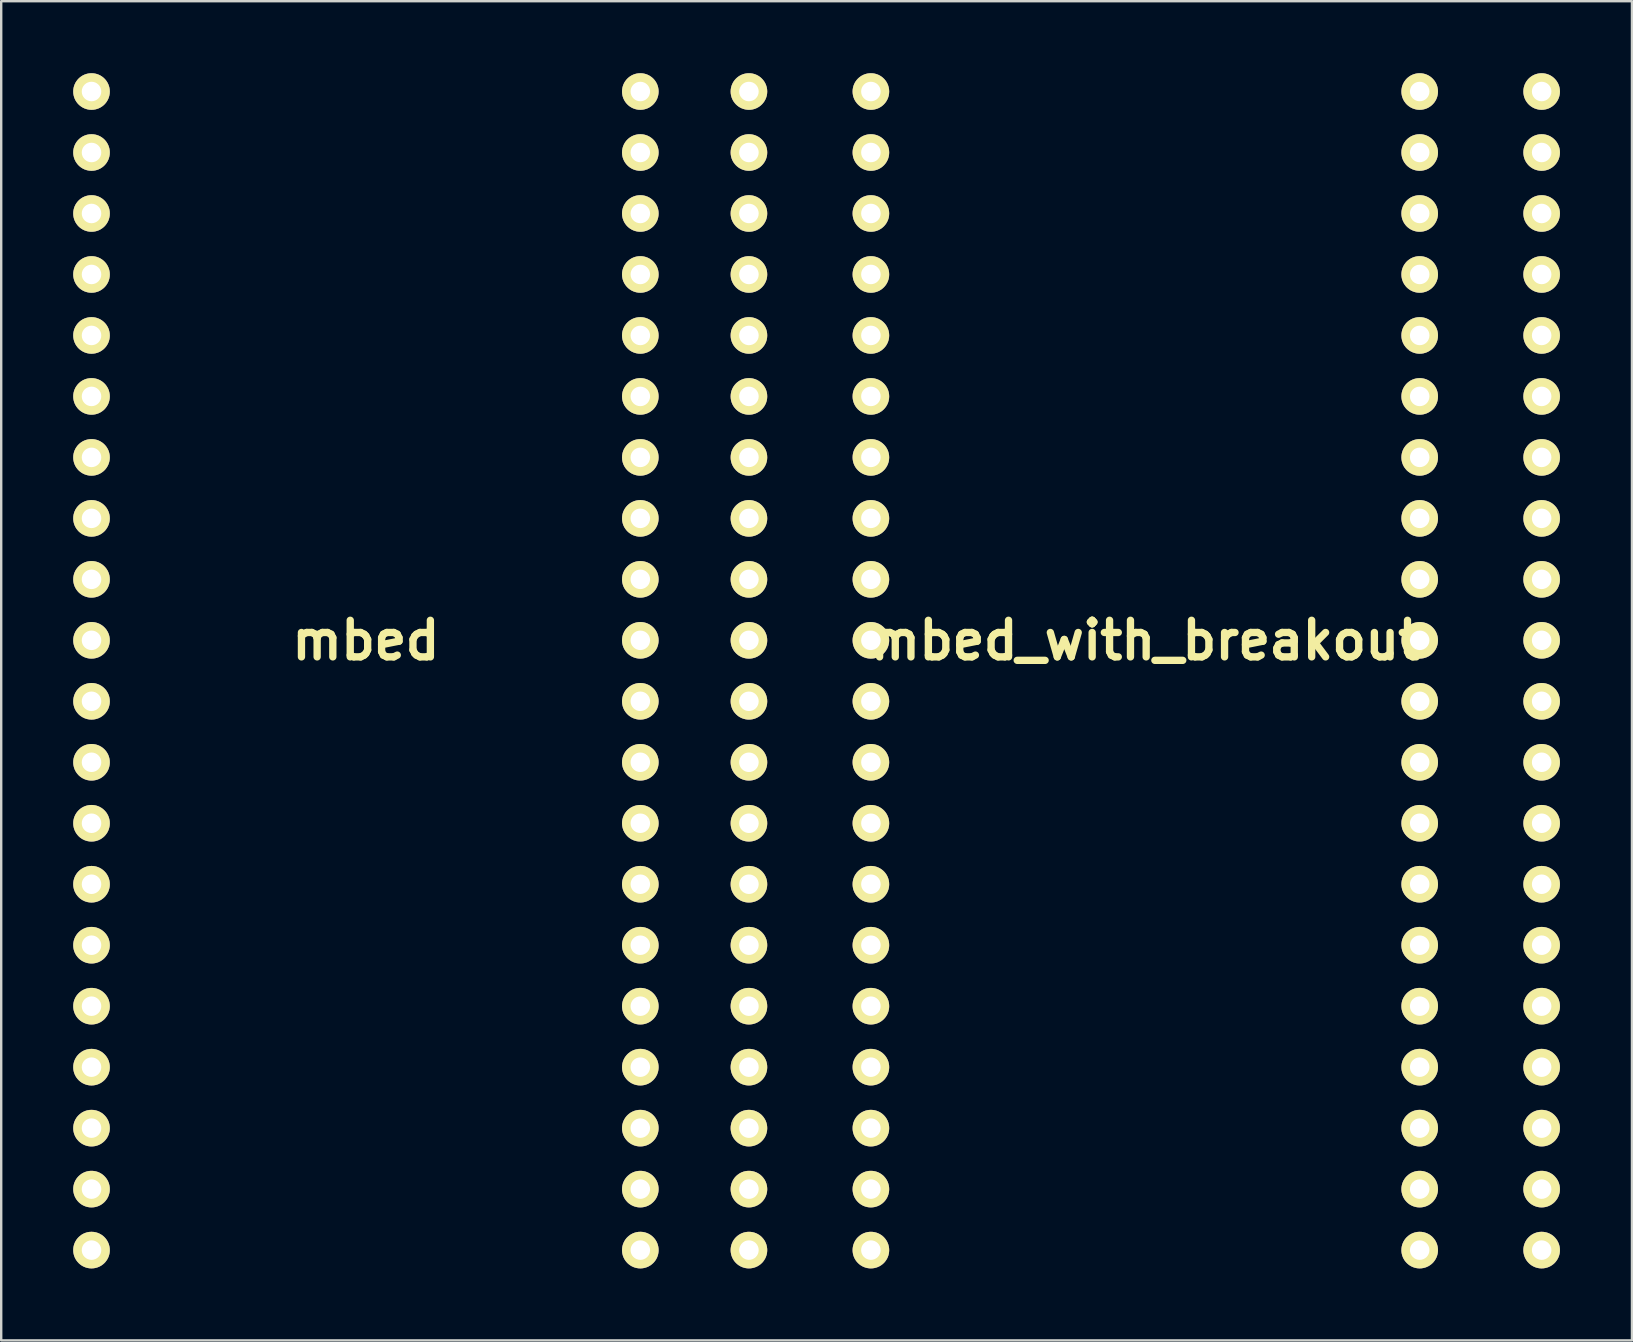
<source format=kicad_pcb>
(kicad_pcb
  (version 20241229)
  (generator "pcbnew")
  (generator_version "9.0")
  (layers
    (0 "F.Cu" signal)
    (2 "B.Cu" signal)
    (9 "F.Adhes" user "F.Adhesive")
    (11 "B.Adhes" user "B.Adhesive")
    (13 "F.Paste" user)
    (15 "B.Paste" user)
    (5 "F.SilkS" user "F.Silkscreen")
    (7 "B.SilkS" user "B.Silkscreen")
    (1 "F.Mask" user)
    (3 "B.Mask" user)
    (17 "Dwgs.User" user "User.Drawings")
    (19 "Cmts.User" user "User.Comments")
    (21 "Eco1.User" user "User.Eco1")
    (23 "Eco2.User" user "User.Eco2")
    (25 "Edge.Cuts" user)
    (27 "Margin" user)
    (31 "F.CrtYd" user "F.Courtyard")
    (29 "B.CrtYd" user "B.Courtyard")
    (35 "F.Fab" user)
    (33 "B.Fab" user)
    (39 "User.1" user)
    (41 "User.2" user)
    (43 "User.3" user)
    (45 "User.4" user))
  (footprint "mbed_with_breakout"
    (layer "F.Cu")
    (at 44.656 24.892)
    (property "Reference" "mbed_with_breakout" (at 0 -1.27 0) (layer "F.SilkS") (effects (font (size 1.524 1.524) (thickness 0.305))))
    (attr through_hole)
    (pad "1" thru_hole circle (at -16.51 -24.13) (size 1.524 1.524) (drill 0.813) (layers "*.Cu" "*.Mask" "F.SilkS"))
    (pad "1" thru_hole circle (at -11.43 -24.13) (size 1.524 1.524) (drill 0.813) (layers "*.Cu" "*.Mask" "F.SilkS"))
    (pad "2" thru_hole circle (at -16.51 -21.59) (size 1.524 1.524) (drill 0.813) (layers "*.Cu" "*.Mask" "F.SilkS"))
    (pad "2" thru_hole circle (at -11.43 -21.59) (size 1.524 1.524) (drill 0.813) (layers "*.Cu" "*.Mask" "F.SilkS"))
    (pad "3" thru_hole circle (at -16.51 -19.05) (size 1.524 1.524) (drill 0.813) (layers "*.Cu" "*.Mask" "F.SilkS"))
    (pad "3" thru_hole circle (at -11.43 -19.05) (size 1.524 1.524) (drill 0.813) (layers "*.Cu" "*.Mask" "F.SilkS"))
    (pad "4" thru_hole circle (at -16.51 -16.51) (size 1.524 1.524) (drill 0.813) (layers "*.Cu" "*.Mask" "F.SilkS"))
    (pad "4" thru_hole circle (at -11.43 -16.51) (size 1.524 1.524) (drill 0.813) (layers "*.Cu" "*.Mask" "F.SilkS"))
    (pad "5" thru_hole circle (at -16.51 -13.97) (size 1.524 1.524) (drill 0.813) (layers "*.Cu" "*.Mask" "F.SilkS"))
    (pad "5" thru_hole circle (at -11.43 -13.97) (size 1.524 1.524) (drill 0.813) (layers "*.Cu" "*.Mask" "F.SilkS"))
    (pad "6" thru_hole circle (at -16.51 -11.43) (size 1.524 1.524) (drill 0.813) (layers "*.Cu" "*.Mask" "F.SilkS"))
    (pad "6" thru_hole circle (at -11.43 -11.43) (size 1.524 1.524) (drill 0.813) (layers "*.Cu" "*.Mask" "F.SilkS"))
    (pad "7" thru_hole circle (at -16.51 -8.89) (size 1.524 1.524) (drill 0.813) (layers "*.Cu" "*.Mask" "F.SilkS"))
    (pad "7" thru_hole circle (at -11.43 -8.89) (size 1.524 1.524) (drill 0.813) (layers "*.Cu" "*.Mask" "F.SilkS"))
    (pad "8" thru_hole circle (at -16.51 -6.35) (size 1.524 1.524) (drill 0.813) (layers "*.Cu" "*.Mask" "F.SilkS"))
    (pad "8" thru_hole circle (at -11.43 -6.35) (size 1.524 1.524) (drill 0.813) (layers "*.Cu" "*.Mask" "F.SilkS"))
    (pad "9" thru_hole circle (at -16.51 -3.81) (size 1.524 1.524) (drill 0.813) (layers "*.Cu" "*.Mask" "F.SilkS"))
    (pad "9" thru_hole circle (at -11.43 -3.81) (size 1.524 1.524) (drill 0.813) (layers "*.Cu" "*.Mask" "F.SilkS"))
    (pad "10" thru_hole circle (at -16.51 -1.27) (size 1.524 1.524) (drill 0.813) (layers "*.Cu" "*.Mask" "F.SilkS"))
    (pad "10" thru_hole circle (at -11.43 -1.27) (size 1.524 1.524) (drill 0.813) (layers "*.Cu" "*.Mask" "F.SilkS"))
    (pad "11" thru_hole circle (at -16.51 1.27) (size 1.524 1.524) (drill 0.813) (layers "*.Cu" "*.Mask" "F.SilkS"))
    (pad "11" thru_hole circle (at -11.43 1.27) (size 1.524 1.524) (drill 0.813) (layers "*.Cu" "*.Mask" "F.SilkS"))
    (pad "12" thru_hole circle (at -16.51 3.81) (size 1.524 1.524) (drill 0.813) (layers "*.Cu" "*.Mask" "F.SilkS"))
    (pad "12" thru_hole circle (at -11.43 3.81) (size 1.524 1.524) (drill 0.813) (layers "*.Cu" "*.Mask" "F.SilkS"))
    (pad "13" thru_hole circle (at -16.51 6.35) (size 1.524 1.524) (drill 0.813) (layers "*.Cu" "*.Mask" "F.SilkS"))
    (pad "13" thru_hole circle (at -11.43 6.35) (size 1.524 1.524) (drill 0.813) (layers "*.Cu" "*.Mask" "F.SilkS"))
    (pad "14" thru_hole circle (at -16.51 8.89) (size 1.524 1.524) (drill 0.813) (layers "*.Cu" "*.Mask" "F.SilkS"))
    (pad "14" thru_hole circle (at -11.43 8.89) (size 1.524 1.524) (drill 0.813) (layers "*.Cu" "*.Mask" "F.SilkS"))
    (pad "15" thru_hole circle (at -16.51 11.43) (size 1.524 1.524) (drill 0.813) (layers "*.Cu" "*.Mask" "F.SilkS"))
    (pad "15" thru_hole circle (at -11.43 11.43) (size 1.524 1.524) (drill 0.813) (layers "*.Cu" "*.Mask" "F.SilkS"))
    (pad "16" thru_hole circle (at -16.51 13.97) (size 1.524 1.524) (drill 0.813) (layers "*.Cu" "*.Mask" "F.SilkS"))
    (pad "16" thru_hole circle (at -11.43 13.97) (size 1.524 1.524) (drill 0.813) (layers "*.Cu" "*.Mask" "F.SilkS"))
    (pad "17" thru_hole circle (at -16.51 16.51) (size 1.524 1.524) (drill 0.813) (layers "*.Cu" "*.Mask" "F.SilkS"))
    (pad "17" thru_hole circle (at -11.43 16.51) (size 1.524 1.524) (drill 0.813) (layers "*.Cu" "*.Mask" "F.SilkS"))
    (pad "18" thru_hole circle (at -16.51 19.05) (size 1.524 1.524) (drill 0.813) (layers "*.Cu" "*.Mask" "F.SilkS"))
    (pad "18" thru_hole circle (at -11.43 19.05) (size 1.524 1.524) (drill 0.813) (layers "*.Cu" "*.Mask" "F.SilkS"))
    (pad "19" thru_hole circle (at -16.51 21.59) (size 1.524 1.524) (drill 0.813) (layers "*.Cu" "*.Mask" "F.SilkS"))
    (pad "19" thru_hole circle (at -11.43 21.59) (size 1.524 1.524) (drill 0.813) (layers "*.Cu" "*.Mask" "F.SilkS"))
    (pad "20" thru_hole circle (at -16.51 24.13) (size 1.524 1.524) (drill 0.813) (layers "*.Cu" "*.Mask" "F.SilkS"))
    (pad "20" thru_hole circle (at -11.43 24.13) (size 1.524 1.524) (drill 0.813) (layers "*.Cu" "*.Mask" "F.SilkS"))
    (pad "21" thru_hole circle (at 11.43 24.13) (size 1.524 1.524) (drill 0.813) (layers "*.Cu" "*.Mask" "F.SilkS"))
    (pad "21" thru_hole circle (at 16.51 24.13) (size 1.524 1.524) (drill 0.813) (layers "*.Cu" "*.Mask" "F.SilkS"))
    (pad "22" thru_hole circle (at 11.43 21.59) (size 1.524 1.524) (drill 0.813) (layers "*.Cu" "*.Mask" "F.SilkS"))
    (pad "22" thru_hole circle (at 16.51 21.59) (size 1.524 1.524) (drill 0.813) (layers "*.Cu" "*.Mask" "F.SilkS"))
    (pad "23" thru_hole circle (at 11.43 19.05) (size 1.524 1.524) (drill 0.813) (layers "*.Cu" "*.Mask" "F.SilkS"))
    (pad "23" thru_hole circle (at 16.51 19.05) (size 1.524 1.524) (drill 0.813) (layers "*.Cu" "*.Mask" "F.SilkS"))
    (pad "24" thru_hole circle (at 11.43 16.51) (size 1.524 1.524) (drill 0.813) (layers "*.Cu" "*.Mask" "F.SilkS"))
    (pad "24" thru_hole circle (at 16.51 16.51) (size 1.524 1.524) (drill 0.813) (layers "*.Cu" "*.Mask" "F.SilkS"))
    (pad "25" thru_hole circle (at 11.43 13.97) (size 1.524 1.524) (drill 0.813) (layers "*.Cu" "*.Mask" "F.SilkS"))
    (pad "25" thru_hole circle (at 16.51 13.97) (size 1.524 1.524) (drill 0.813) (layers "*.Cu" "*.Mask" "F.SilkS"))
    (pad "26" thru_hole circle (at 11.43 11.43) (size 1.524 1.524) (drill 0.813) (layers "*.Cu" "*.Mask" "F.SilkS"))
    (pad "26" thru_hole circle (at 16.51 11.43) (size 1.524 1.524) (drill 0.813) (layers "*.Cu" "*.Mask" "F.SilkS"))
    (pad "27" thru_hole circle (at 11.43 8.89) (size 1.524 1.524) (drill 0.813) (layers "*.Cu" "*.Mask" "F.SilkS"))
    (pad "27" thru_hole circle (at 16.51 8.89) (size 1.524 1.524) (drill 0.813) (layers "*.Cu" "*.Mask" "F.SilkS"))
    (pad "28" thru_hole circle (at 11.43 6.35) (size 1.524 1.524) (drill 0.813) (layers "*.Cu" "*.Mask" "F.SilkS"))
    (pad "28" thru_hole circle (at 16.51 6.35) (size 1.524 1.524) (drill 0.813) (layers "*.Cu" "*.Mask" "F.SilkS"))
    (pad "29" thru_hole circle (at 11.43 3.81) (size 1.524 1.524) (drill 0.813) (layers "*.Cu" "*.Mask" "F.SilkS"))
    (pad "29" thru_hole circle (at 16.51 3.81) (size 1.524 1.524) (drill 0.813) (layers "*.Cu" "*.Mask" "F.SilkS"))
    (pad "30" thru_hole circle (at 11.43 1.27) (size 1.524 1.524) (drill 0.813) (layers "*.Cu" "*.Mask" "F.SilkS"))
    (pad "30" thru_hole circle (at 16.51 1.27) (size 1.524 1.524) (drill 0.813) (layers "*.Cu" "*.Mask" "F.SilkS"))
    (pad "31" thru_hole circle (at 11.43 -1.27) (size 1.524 1.524) (drill 0.813) (layers "*.Cu" "*.Mask" "F.SilkS"))
    (pad "31" thru_hole circle (at 16.51 -1.27) (size 1.524 1.524) (drill 0.813) (layers "*.Cu" "*.Mask" "F.SilkS"))
    (pad "32" thru_hole circle (at 11.43 -3.81) (size 1.524 1.524) (drill 0.813) (layers "*.Cu" "*.Mask" "F.SilkS"))
    (pad "32" thru_hole circle (at 16.51 -3.81) (size 1.524 1.524) (drill 0.813) (layers "*.Cu" "*.Mask" "F.SilkS"))
    (pad "33" thru_hole circle (at 11.43 -6.35) (size 1.524 1.524) (drill 0.813) (layers "*.Cu" "*.Mask" "F.SilkS"))
    (pad "33" thru_hole circle (at 16.51 -6.35) (size 1.524 1.524) (drill 0.813) (layers "*.Cu" "*.Mask" "F.SilkS"))
    (pad "34" thru_hole circle (at 11.43 -8.89) (size 1.524 1.524) (drill 0.813) (layers "*.Cu" "*.Mask" "F.SilkS"))
    (pad "34" thru_hole circle (at 16.51 -8.89) (size 1.524 1.524) (drill 0.813) (layers "*.Cu" "*.Mask" "F.SilkS"))
    (pad "35" thru_hole circle (at 11.43 -11.43) (size 1.524 1.524) (drill 0.813) (layers "*.Cu" "*.Mask" "F.SilkS"))
    (pad "35" thru_hole circle (at 16.51 -11.43) (size 1.524 1.524) (drill 0.813) (layers "*.Cu" "*.Mask" "F.SilkS"))
    (pad "36" thru_hole circle (at 11.43 -13.97) (size 1.524 1.524) (drill 0.813) (layers "*.Cu" "*.Mask" "F.SilkS"))
    (pad "36" thru_hole circle (at 16.51 -13.97) (size 1.524 1.524) (drill 0.813) (layers "*.Cu" "*.Mask" "F.SilkS"))
    (pad "37" thru_hole circle (at 11.43 -16.51) (size 1.524 1.524) (drill 0.813) (layers "*.Cu" "*.Mask" "F.SilkS"))
    (pad "37" thru_hole circle (at 16.51 -16.51) (size 1.524 1.524) (drill 0.813) (layers "*.Cu" "*.Mask" "F.SilkS"))
    (pad "38" thru_hole circle (at 11.43 -19.05) (size 1.524 1.524) (drill 0.813) (layers "*.Cu" "*.Mask" "F.SilkS"))
    (pad "38" thru_hole circle (at 16.51 -19.05) (size 1.524 1.524) (drill 0.813) (layers "*.Cu" "*.Mask" "F.SilkS"))
    (pad "39" thru_hole circle (at 11.43 -21.59) (size 1.524 1.524) (drill 0.813) (layers "*.Cu" "*.Mask" "F.SilkS"))
    (pad "39" thru_hole circle (at 16.51 -21.59) (size 1.524 1.524) (drill 0.813) (layers "*.Cu" "*.Mask" "F.SilkS"))
    (pad "40" thru_hole circle (at 11.43 -24.13) (size 1.524 1.524) (drill 0.813) (layers "*.Cu" "*.Mask" "F.SilkS"))
    (pad "40" thru_hole circle (at 16.51 -24.13) (size 1.524 1.524) (drill 0.813) (layers "*.Cu" "*.Mask" "F.SilkS")))
  (footprint "mbed"
    (layer "F.Cu")
    (at 12.192 24.892)
    (property "Reference" "mbed" (at 0 -1.27 0) (layer "F.SilkS") (effects (font (size 1.524 1.524) (thickness 0.305))))
    (attr through_hole)
    (pad "1" thru_hole circle (at -11.43 -24.13) (size 1.524 1.524) (drill 0.813) (layers "*.Cu" "*.Mask" "F.SilkS"))
    (pad "2" thru_hole circle (at -11.43 -21.59) (size 1.524 1.524) (drill 0.813) (layers "*.Cu" "*.Mask" "F.SilkS"))
    (pad "3" thru_hole circle (at -11.43 -19.05) (size 1.524 1.524) (drill 0.813) (layers "*.Cu" "*.Mask" "F.SilkS"))
    (pad "4" thru_hole circle (at -11.43 -16.51) (size 1.524 1.524) (drill 0.813) (layers "*.Cu" "*.Mask" "F.SilkS"))
    (pad "5" thru_hole circle (at -11.43 -13.97) (size 1.524 1.524) (drill 0.813) (layers "*.Cu" "*.Mask" "F.SilkS"))
    (pad "6" thru_hole circle (at -11.43 -11.43) (size 1.524 1.524) (drill 0.813) (layers "*.Cu" "*.Mask" "F.SilkS"))
    (pad "7" thru_hole circle (at -11.43 -8.89) (size 1.524 1.524) (drill 0.813) (layers "*.Cu" "*.Mask" "F.SilkS"))
    (pad "8" thru_hole circle (at -11.43 -6.35) (size 1.524 1.524) (drill 0.813) (layers "*.Cu" "*.Mask" "F.SilkS"))
    (pad "9" thru_hole circle (at -11.43 -3.81) (size 1.524 1.524) (drill 0.813) (layers "*.Cu" "*.Mask" "F.SilkS"))
    (pad "10" thru_hole circle (at -11.43 -1.27) (size 1.524 1.524) (drill 0.813) (layers "*.Cu" "*.Mask" "F.SilkS"))
    (pad "11" thru_hole circle (at -11.43 1.27) (size 1.524 1.524) (drill 0.813) (layers "*.Cu" "*.Mask" "F.SilkS"))
    (pad "12" thru_hole circle (at -11.43 3.81) (size 1.524 1.524) (drill 0.813) (layers "*.Cu" "*.Mask" "F.SilkS"))
    (pad "13" thru_hole circle (at -11.43 6.35) (size 1.524 1.524) (drill 0.813) (layers "*.Cu" "*.Mask" "F.SilkS"))
    (pad "14" thru_hole circle (at -11.43 8.89) (size 1.524 1.524) (drill 0.813) (layers "*.Cu" "*.Mask" "F.SilkS"))
    (pad "15" thru_hole circle (at -11.43 11.43) (size 1.524 1.524) (drill 0.813) (layers "*.Cu" "*.Mask" "F.SilkS"))
    (pad "16" thru_hole circle (at -11.43 13.97) (size 1.524 1.524) (drill 0.813) (layers "*.Cu" "*.Mask" "F.SilkS"))
    (pad "17" thru_hole circle (at -11.43 16.51) (size 1.524 1.524) (drill 0.813) (layers "*.Cu" "*.Mask" "F.SilkS"))
    (pad "18" thru_hole circle (at -11.43 19.05) (size 1.524 1.524) (drill 0.813) (layers "*.Cu" "*.Mask" "F.SilkS"))
    (pad "19" thru_hole circle (at -11.43 21.59) (size 1.524 1.524) (drill 0.813) (layers "*.Cu" "*.Mask" "F.SilkS"))
    (pad "20" thru_hole circle (at -11.43 24.13) (size 1.524 1.524) (drill 0.813) (layers "*.Cu" "*.Mask" "F.SilkS"))
    (pad "21" thru_hole circle (at 11.43 24.13) (size 1.524 1.524) (drill 0.813) (layers "*.Cu" "*.Mask" "F.SilkS"))
    (pad "22" thru_hole circle (at 11.43 21.59) (size 1.524 1.524) (drill 0.813) (layers "*.Cu" "*.Mask" "F.SilkS"))
    (pad "23" thru_hole circle (at 11.43 19.05) (size 1.524 1.524) (drill 0.813) (layers "*.Cu" "*.Mask" "F.SilkS"))
    (pad "24" thru_hole circle (at 11.43 16.51) (size 1.524 1.524) (drill 0.813) (layers "*.Cu" "*.Mask" "F.SilkS"))
    (pad "25" thru_hole circle (at 11.43 13.97) (size 1.524 1.524) (drill 0.813) (layers "*.Cu" "*.Mask" "F.SilkS"))
    (pad "26" thru_hole circle (at 11.43 11.43) (size 1.524 1.524) (drill 0.813) (layers "*.Cu" "*.Mask" "F.SilkS"))
    (pad "27" thru_hole circle (at 11.43 8.89) (size 1.524 1.524) (drill 0.813) (layers "*.Cu" "*.Mask" "F.SilkS"))
    (pad "28" thru_hole circle (at 11.43 6.35) (size 1.524 1.524) (drill 0.813) (layers "*.Cu" "*.Mask" "F.SilkS"))
    (pad "29" thru_hole circle (at 11.43 3.81) (size 1.524 1.524) (drill 0.813) (layers "*.Cu" "*.Mask" "F.SilkS"))
    (pad "30" thru_hole circle (at 11.43 1.27) (size 1.524 1.524) (drill 0.813) (layers "*.Cu" "*.Mask" "F.SilkS"))
    (pad "31" thru_hole circle (at 11.43 -1.27) (size 1.524 1.524) (drill 0.813) (layers "*.Cu" "*.Mask" "F.SilkS"))
    (pad "32" thru_hole circle (at 11.43 -3.81) (size 1.524 1.524) (drill 0.813) (layers "*.Cu" "*.Mask" "F.SilkS"))
    (pad "33" thru_hole circle (at 11.43 -6.35) (size 1.524 1.524) (drill 0.813) (layers "*.Cu" "*.Mask" "F.SilkS"))
    (pad "34" thru_hole circle (at 11.43 -8.89) (size 1.524 1.524) (drill 0.813) (layers "*.Cu" "*.Mask" "F.SilkS"))
    (pad "35" thru_hole circle (at 11.43 -11.43) (size 1.524 1.524) (drill 0.813) (layers "*.Cu" "*.Mask" "F.SilkS"))
    (pad "36" thru_hole circle (at 11.43 -13.97) (size 1.524 1.524) (drill 0.813) (layers "*.Cu" "*.Mask" "F.SilkS"))
    (pad "37" thru_hole circle (at 11.43 -16.51) (size 1.524 1.524) (drill 0.813) (layers "*.Cu" "*.Mask" "F.SilkS"))
    (pad "38" thru_hole circle (at 11.43 -19.05) (size 1.524 1.524) (drill 0.813) (layers "*.Cu" "*.Mask" "F.SilkS"))
    (pad "39" thru_hole circle (at 11.43 -21.59) (size 1.524 1.524) (drill 0.813) (layers "*.Cu" "*.Mask" "F.SilkS"))
    (pad "40" thru_hole circle (at 11.43 -24.13) (size 1.524 1.524) (drill 0.813) (layers "*.Cu" "*.Mask" "F.SilkS")))
  (gr_rect
    (start -3 -3)
    (end 64.928 52.784)
    (stroke (width 0.1) (type default))
    (fill no)
    (layer "Edge.Cuts")))
</source>
